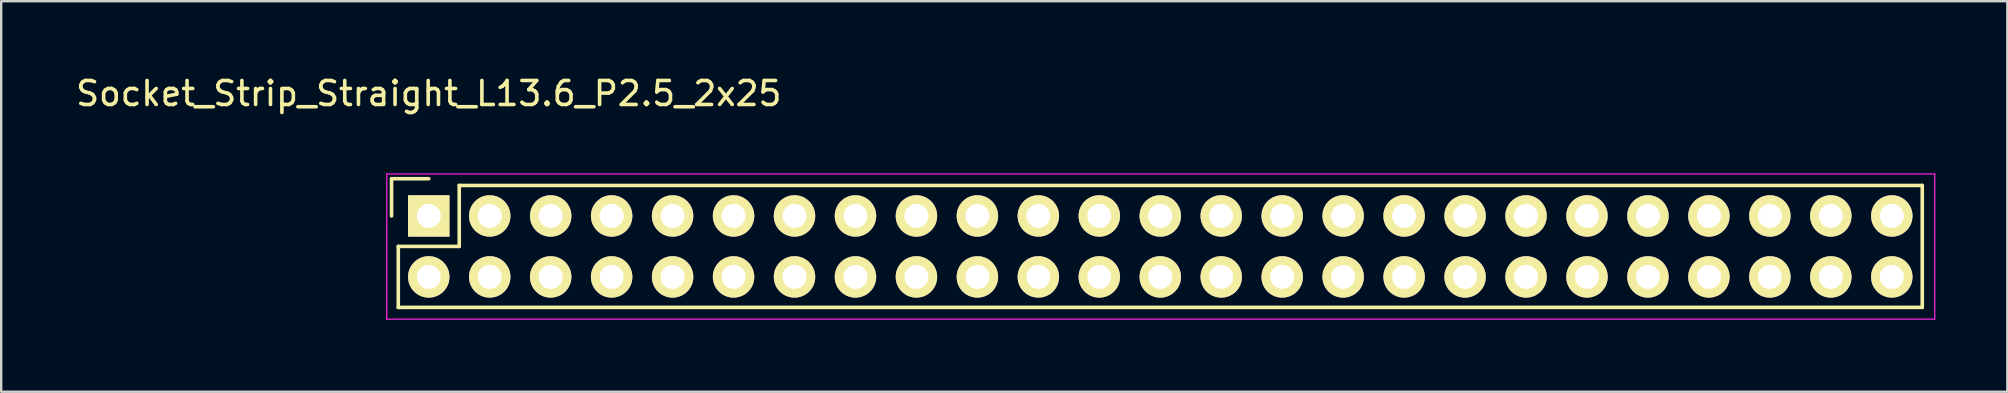
<source format=kicad_pcb>
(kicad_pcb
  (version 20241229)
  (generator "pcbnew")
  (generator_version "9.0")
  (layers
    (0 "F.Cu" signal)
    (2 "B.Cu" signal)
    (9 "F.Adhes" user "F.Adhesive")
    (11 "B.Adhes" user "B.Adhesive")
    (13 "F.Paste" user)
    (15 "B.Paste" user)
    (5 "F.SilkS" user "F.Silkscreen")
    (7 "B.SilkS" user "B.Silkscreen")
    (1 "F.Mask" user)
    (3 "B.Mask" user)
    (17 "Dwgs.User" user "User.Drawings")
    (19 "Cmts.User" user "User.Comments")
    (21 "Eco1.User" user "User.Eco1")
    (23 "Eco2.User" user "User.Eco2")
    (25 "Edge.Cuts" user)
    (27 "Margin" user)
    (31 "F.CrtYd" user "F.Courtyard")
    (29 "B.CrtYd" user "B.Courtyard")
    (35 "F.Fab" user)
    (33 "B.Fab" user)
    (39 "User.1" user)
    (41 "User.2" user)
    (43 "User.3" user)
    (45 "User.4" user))
  (footprint "Socket_Strip_Straight_L13.6_P2.5_2x25"
    (layer "F.Cu")
    (at 14.815 5.948)
    (property "Reference" "Socket_Strip_Straight_L13.6_P2.5_2x25" (at 0 -5.1 0) (layer "F.SilkS") (effects (font (size 1 1) (thickness 0.15))))
    (attr through_hole)
    (fp_line (start -1.55 -1.55) (end -1.55 0) (stroke (width 0.15) (type solid)) (layer "F.SilkS"))
    (fp_line (start -1.27 1.27) (end 1.27 1.27) (stroke (width 0.15) (type solid)) (layer "F.SilkS"))
    (fp_line (start -1.27 3.81) (end -1.27 1.27) (stroke (width 0.15) (type solid)) (layer "F.SilkS"))
    (fp_line (start 0 -1.55) (end -1.55 -1.55) (stroke (width 0.15) (type solid)) (layer "F.SilkS"))
    (fp_line (start 1.27 -1.27) (end 62.23 -1.27) (stroke (width 0.15) (type solid)) (layer "F.SilkS"))
    (fp_line (start 1.27 1.27) (end 1.27 -1.27) (stroke (width 0.15) (type solid)) (layer "F.SilkS"))
    (fp_line (start 62.23 3.81) (end -1.27 3.81) (stroke (width 0.15) (type solid)) (layer "F.SilkS"))
    (fp_line (start 62.23 3.81) (end 62.23 -1.27) (stroke (width 0.15) (type solid)) (layer "F.SilkS"))
    (fp_line (start -1.75 -1.75) (end -1.75 4.3) (stroke (width 0.05) (type solid)) (layer "F.CrtYd"))
    (fp_line (start -1.75 -1.75) (end 62.75 -1.75) (stroke (width 0.05) (type solid)) (layer "F.CrtYd"))
    (fp_line (start -1.75 4.3) (end 62.75 4.3) (stroke (width 0.05) (type solid)) (layer "F.CrtYd"))
    (fp_line (start 62.75 -1.75) (end 62.75 4.3) (stroke (width 0.05) (type solid)) (layer "F.CrtYd"))
    (pad "1" thru_hole rect (at 0 0) (size 1.727 1.727) (drill 1) (layers "*.Cu" "*.Mask" "F.SilkS"))
    (pad "2" thru_hole oval (at 0 2.54) (size 1.727 1.727) (drill 1) (layers "*.Cu" "*.Mask" "F.SilkS"))
    (pad "3" thru_hole oval (at 2.54 0) (size 1.727 1.727) (drill 1) (layers "*.Cu" "*.Mask" "F.SilkS"))
    (pad "4" thru_hole oval (at 2.54 2.54) (size 1.727 1.727) (drill 1) (layers "*.Cu" "*.Mask" "F.SilkS"))
    (pad "5" thru_hole oval (at 5.08 0) (size 1.727 1.727) (drill 1) (layers "*.Cu" "*.Mask" "F.SilkS"))
    (pad "6" thru_hole oval (at 5.08 2.54) (size 1.727 1.727) (drill 1) (layers "*.Cu" "*.Mask" "F.SilkS"))
    (pad "7" thru_hole oval (at 7.62 0) (size 1.727 1.727) (drill 1) (layers "*.Cu" "*.Mask" "F.SilkS"))
    (pad "8" thru_hole oval (at 7.62 2.54) (size 1.727 1.727) (drill 1) (layers "*.Cu" "*.Mask" "F.SilkS"))
    (pad "9" thru_hole oval (at 10.16 0) (size 1.727 1.727) (drill 1) (layers "*.Cu" "*.Mask" "F.SilkS"))
    (pad "10" thru_hole oval (at 10.16 2.54) (size 1.727 1.727) (drill 1) (layers "*.Cu" "*.Mask" "F.SilkS"))
    (pad "11" thru_hole oval (at 12.7 0) (size 1.727 1.727) (drill 1) (layers "*.Cu" "*.Mask" "F.SilkS"))
    (pad "12" thru_hole oval (at 12.7 2.54) (size 1.727 1.727) (drill 1) (layers "*.Cu" "*.Mask" "F.SilkS"))
    (pad "13" thru_hole oval (at 15.24 0) (size 1.727 1.727) (drill 1) (layers "*.Cu" "*.Mask" "F.SilkS"))
    (pad "14" thru_hole oval (at 15.24 2.54) (size 1.727 1.727) (drill 1) (layers "*.Cu" "*.Mask" "F.SilkS"))
    (pad "15" thru_hole oval (at 17.78 0) (size 1.727 1.727) (drill 1) (layers "*.Cu" "*.Mask" "F.SilkS"))
    (pad "16" thru_hole oval (at 17.78 2.54) (size 1.727 1.727) (drill 1) (layers "*.Cu" "*.Mask" "F.SilkS"))
    (pad "17" thru_hole oval (at 20.32 0) (size 1.727 1.727) (drill 1) (layers "*.Cu" "*.Mask" "F.SilkS"))
    (pad "18" thru_hole oval (at 20.32 2.54) (size 1.727 1.727) (drill 1) (layers "*.Cu" "*.Mask" "F.SilkS"))
    (pad "19" thru_hole oval (at 22.86 0) (size 1.727 1.727) (drill 1) (layers "*.Cu" "*.Mask" "F.SilkS"))
    (pad "20" thru_hole oval (at 22.86 2.54) (size 1.727 1.727) (drill 1) (layers "*.Cu" "*.Mask" "F.SilkS"))
    (pad "21" thru_hole oval (at 25.4 0) (size 1.727 1.727) (drill 1) (layers "*.Cu" "*.Mask" "F.SilkS"))
    (pad "22" thru_hole oval (at 25.4 2.54) (size 1.727 1.727) (drill 1) (layers "*.Cu" "*.Mask" "F.SilkS"))
    (pad "23" thru_hole oval (at 27.94 0) (size 1.727 1.727) (drill 1) (layers "*.Cu" "*.Mask" "F.SilkS"))
    (pad "24" thru_hole oval (at 27.94 2.54) (size 1.727 1.727) (drill 1) (layers "*.Cu" "*.Mask" "F.SilkS"))
    (pad "25" thru_hole oval (at 30.48 0) (size 1.727 1.727) (drill 1) (layers "*.Cu" "*.Mask" "F.SilkS"))
    (pad "26" thru_hole oval (at 30.48 2.54) (size 1.727 1.727) (drill 1) (layers "*.Cu" "*.Mask" "F.SilkS"))
    (pad "27" thru_hole oval (at 33.02 0) (size 1.727 1.727) (drill 1) (layers "*.Cu" "*.Mask" "F.SilkS"))
    (pad "28" thru_hole oval (at 33.02 2.54) (size 1.727 1.727) (drill 1) (layers "*.Cu" "*.Mask" "F.SilkS"))
    (pad "29" thru_hole oval (at 35.56 0) (size 1.727 1.727) (drill 1) (layers "*.Cu" "*.Mask" "F.SilkS"))
    (pad "30" thru_hole oval (at 35.56 2.54) (size 1.727 1.727) (drill 1) (layers "*.Cu" "*.Mask" "F.SilkS"))
    (pad "31" thru_hole oval (at 38.1 0) (size 1.727 1.727) (drill 1) (layers "*.Cu" "*.Mask" "F.SilkS"))
    (pad "32" thru_hole oval (at 38.1 2.54) (size 1.727 1.727) (drill 1) (layers "*.Cu" "*.Mask" "F.SilkS"))
    (pad "33" thru_hole oval (at 40.64 0) (size 1.727 1.727) (drill 1) (layers "*.Cu" "*.Mask" "F.SilkS"))
    (pad "34" thru_hole oval (at 40.64 2.54) (size 1.727 1.727) (drill 1) (layers "*.Cu" "*.Mask" "F.SilkS"))
    (pad "35" thru_hole oval (at 43.18 0) (size 1.727 1.727) (drill 1) (layers "*.Cu" "*.Mask" "F.SilkS"))
    (pad "36" thru_hole oval (at 43.18 2.54) (size 1.727 1.727) (drill 1) (layers "*.Cu" "*.Mask" "F.SilkS"))
    (pad "37" thru_hole oval (at 45.72 0) (size 1.727 1.727) (drill 1) (layers "*.Cu" "*.Mask" "F.SilkS"))
    (pad "38" thru_hole oval (at 45.72 2.54) (size 1.727 1.727) (drill 1) (layers "*.Cu" "*.Mask" "F.SilkS"))
    (pad "39" thru_hole oval (at 48.26 0) (size 1.727 1.727) (drill 1) (layers "*.Cu" "*.Mask" "F.SilkS"))
    (pad "40" thru_hole oval (at 48.26 2.54) (size 1.727 1.727) (drill 1) (layers "*.Cu" "*.Mask" "F.SilkS"))
    (pad "41" thru_hole oval (at 50.8 0) (size 1.727 1.727) (drill 1) (layers "*.Cu" "*.Mask" "F.SilkS"))
    (pad "42" thru_hole oval (at 50.8 2.54) (size 1.727 1.727) (drill 1) (layers "*.Cu" "*.Mask" "F.SilkS"))
    (pad "43" thru_hole oval (at 53.34 0) (size 1.727 1.727) (drill 1) (layers "*.Cu" "*.Mask" "F.SilkS"))
    (pad "44" thru_hole oval (at 53.34 2.54) (size 1.727 1.727) (drill 1) (layers "*.Cu" "*.Mask" "F.SilkS"))
    (pad "45" thru_hole oval (at 55.88 0) (size 1.727 1.727) (drill 1) (layers "*.Cu" "*.Mask" "F.SilkS"))
    (pad "46" thru_hole oval (at 55.88 2.54) (size 1.727 1.727) (drill 1) (layers "*.Cu" "*.Mask" "F.SilkS"))
    (pad "47" thru_hole oval (at 58.42 0) (size 1.727 1.727) (drill 1) (layers "*.Cu" "*.Mask" "F.SilkS"))
    (pad "48" thru_hole oval (at 58.42 2.54) (size 1.727 1.727) (drill 1) (layers "*.Cu" "*.Mask" "F.SilkS"))
    (pad "49" thru_hole oval (at 60.96 0) (size 1.727 1.727) (drill 1) (layers "*.Cu" "*.Mask" "F.SilkS"))
    (pad "50" thru_hole oval (at 60.96 2.54) (size 1.727 1.727) (drill 1) (layers "*.Cu" "*.Mask" "F.SilkS")))
  (gr_rect
    (start -3 -3)
    (end 80.59 13.273)
    (stroke (width 0.1) (type default))
    (fill no)
    (layer "Edge.Cuts")))
</source>
